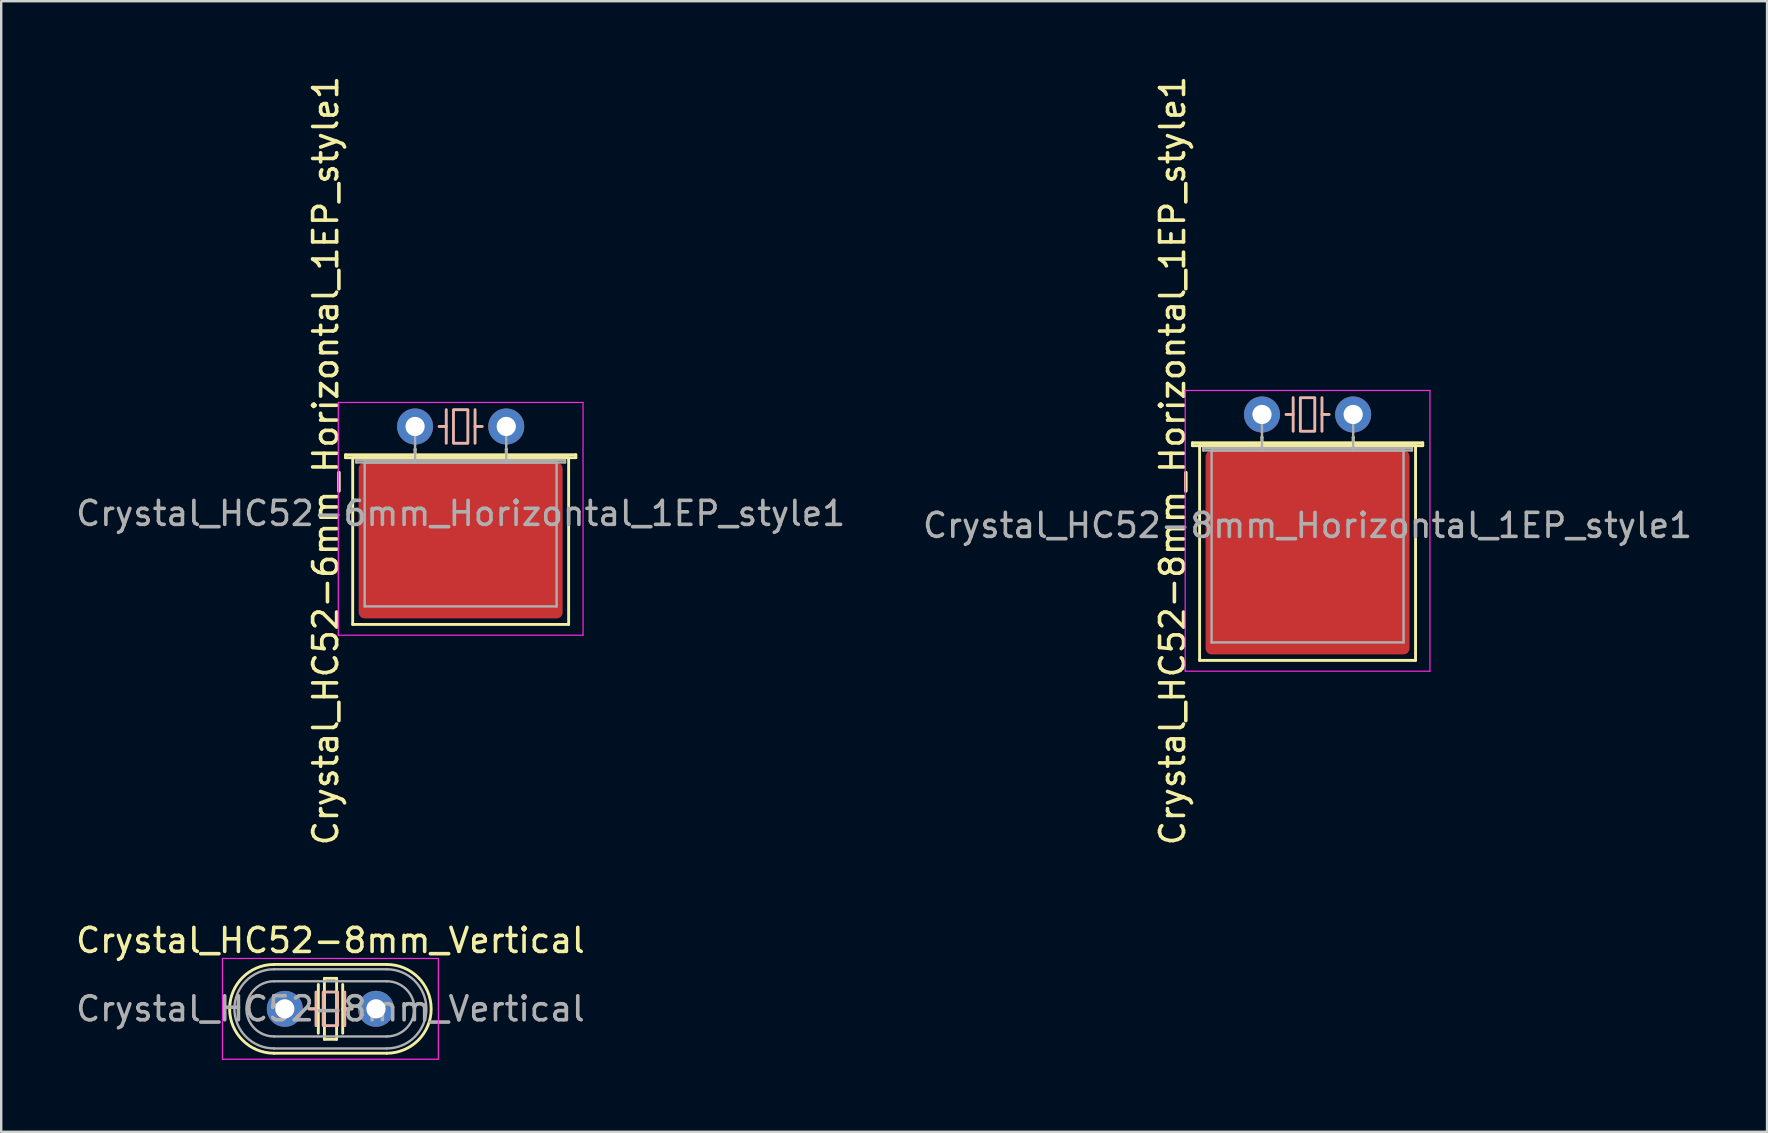
<source format=kicad_pcb>
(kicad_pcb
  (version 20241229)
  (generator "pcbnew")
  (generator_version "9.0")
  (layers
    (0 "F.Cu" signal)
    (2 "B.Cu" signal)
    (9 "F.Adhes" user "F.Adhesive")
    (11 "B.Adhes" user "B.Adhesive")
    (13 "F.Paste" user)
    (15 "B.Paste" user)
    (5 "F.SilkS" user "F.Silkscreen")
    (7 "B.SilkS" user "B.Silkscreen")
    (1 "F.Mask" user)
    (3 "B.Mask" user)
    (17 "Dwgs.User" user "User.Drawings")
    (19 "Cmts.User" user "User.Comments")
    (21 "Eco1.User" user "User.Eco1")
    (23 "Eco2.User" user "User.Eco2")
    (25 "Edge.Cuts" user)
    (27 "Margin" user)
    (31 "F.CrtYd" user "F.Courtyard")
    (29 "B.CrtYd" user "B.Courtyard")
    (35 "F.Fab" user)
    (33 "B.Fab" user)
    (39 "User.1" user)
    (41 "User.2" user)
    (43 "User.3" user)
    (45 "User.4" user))
  (footprint "Crystal_HC52-6mm_Horizontal_1EP_style1"
    (layer "F.Cu")
    (at 14.249 14.724)
    (property "Reference" "Crystal_HC52-6mm_Horizontal_1EP_style1" (at -3.725 1.425 90) (layer "F.SilkS") (effects (font (size 1 1) (thickness 0.15))))
    (attr through_hole)
    (fp_line (start -2.9 1.18) (end 6.7 1.18) (stroke (width 0.12) (type solid)) (layer "F.SilkS"))
    (fp_line (start -2.9 1.3) (end -2.9 1.18) (stroke (width 0.12) (type solid)) (layer "F.SilkS"))
    (fp_line (start -2.6 1.3) (end -2.6 8.25) (stroke (width 0.12) (type solid)) (layer "F.SilkS"))
    (fp_line (start -2.6 8.25) (end 6.4 8.25) (stroke (width 0.12) (type solid)) (layer "F.SilkS"))
    (fp_line (start 0 0.95) (end 0 0.95) (stroke (width 0.12) (type solid)) (layer "F.SilkS"))
    (fp_line (start 0 1.3) (end 0 0.95) (stroke (width 0.12) (type solid)) (layer "F.SilkS"))
    (fp_line (start 3.8 0.95) (end 3.8 0.95) (stroke (width 0.12) (type solid)) (layer "F.SilkS"))
    (fp_line (start 3.8 1.3) (end 3.8 0.95) (stroke (width 0.12) (type solid)) (layer "F.SilkS"))
    (fp_line (start 6.35 1.3) (end -2.55 1.3) (stroke (width 0.12) (type solid)) (layer "F.SilkS"))
    (fp_line (start 6.4 8.25) (end 6.4 1.3) (stroke (width 0.12) (type solid)) (layer "F.SilkS"))
    (fp_line (start 6.7 1.18) (end 6.7 1.3) (stroke (width 0.12) (type solid)) (layer "F.SilkS"))
    (fp_line (start 6.7 1.3) (end -2.9 1.3) (stroke (width 0.12) (type solid)) (layer "F.SilkS"))
    (fp_line (start 1.3 -0.7) (end 1.3 0.7) (stroke (width 0.12) (type solid)) (layer "B.SilkS"))
    (fp_line (start 1.3 0) (end 1 0) (stroke (width 0.12) (type solid)) (layer "B.SilkS"))
    (fp_line (start 2.5 -0.7) (end 2.5 0.7) (stroke (width 0.12) (type solid)) (layer "B.SilkS"))
    (fp_line (start 2.5 0) (end 2.8 0) (stroke (width 0.12) (type solid)) (layer "B.SilkS"))
    (fp_rect (start 1.6 -0.7) (end 2.2 0.7) (stroke (width 0.12) (type solid)) (fill no) (layer "B.SilkS"))
    (fp_line (start -3.2 -1) (end -3.2 8.7) (stroke (width 0.05) (type solid)) (layer "F.CrtYd"))
    (fp_line (start -3.2 8.7) (end 7 8.7) (stroke (width 0.05) (type solid)) (layer "F.CrtYd"))
    (fp_line (start 7 -1) (end -3.2 -1) (stroke (width 0.05) (type solid)) (layer "F.CrtYd"))
    (fp_line (start 7 8.7) (end 7 -1) (stroke (width 0.05) (type solid)) (layer "F.CrtYd"))
    (fp_line (start -2.45 1.4) (end 6.25 1.4) (stroke (width 0.1) (type solid)) (layer "F.Fab"))
    (fp_line (start -2.45 1.5) (end -2.45 1.4) (stroke (width 0.1) (type solid)) (layer "F.Fab"))
    (fp_line (start -2.1 1.5) (end -2.1 7.5) (stroke (width 0.1) (type solid)) (layer "F.Fab"))
    (fp_line (start -2.1 7.5) (end 5.9 7.5) (stroke (width 0.1) (type solid)) (layer "F.Fab"))
    (fp_line (start 0 0.75) (end 0 0) (stroke (width 0.1) (type solid)) (layer "F.Fab"))
    (fp_line (start 0 1.5) (end 0 0.75) (stroke (width 0.1) (type solid)) (layer "F.Fab"))
    (fp_line (start 3.8 0.75) (end 3.8 0) (stroke (width 0.1) (type solid)) (layer "F.Fab"))
    (fp_line (start 3.8 1.5) (end 3.8 0.75) (stroke (width 0.1) (type solid)) (layer "F.Fab"))
    (fp_line (start 5.9 1.5) (end -2.1 1.5) (stroke (width 0.1) (type solid)) (layer "F.Fab"))
    (fp_line (start 5.9 7.5) (end 5.9 1.5) (stroke (width 0.1) (type solid)) (layer "F.Fab"))
    (fp_line (start 6.25 1.4) (end 6.25 1.5) (stroke (width 0.1) (type solid)) (layer "F.Fab"))
    (fp_line (start 6.25 1.5) (end -2.45 1.5) (stroke (width 0.1) (type solid)) (layer "F.Fab"))
    (fp_text user "${REFERENCE}" (at 1.9 3.625 0) (layer "F.Fab") (effects (font (size 1 1) (thickness 0.15))))
    (pad "1" thru_hole circle (at 0 0) (size 1.5 1.5) (drill 0.8) (layers "*.Cu" "*.Mask"))
    (pad "2" thru_hole circle (at 3.8 0) (size 1.5 1.5) (drill 0.8) (layers "*.Cu" "*.Mask"))
    (pad "3" smd roundrect (at 1.9 4.75) (size 8.5 6.5) (layers "F.Cu" "F.Mask" "F.Paste") (roundrect_rratio 0.038)))
  (footprint "Crystal_HC52-8mm_Vertical"
    (layer "F.Cu")
    (at 8.82 38.996)
    (property "Reference" "Crystal_HC52-8mm_Vertical" (at 1.9 -2.85 0) (layer "F.SilkS") (effects (font (size 1 1) (thickness 0.15))))
    (attr through_hole)
    (fp_line (start -0.45 -1.85) (end 4.25 -1.85) (stroke (width 0.12) (type solid)) (layer "F.SilkS"))
    (fp_line (start -0.45 1.85) (end 4.25 1.85) (stroke (width 0.12) (type solid)) (layer "F.SilkS"))
    (fp_line (start 1.016 0) (end 1.397 0) (stroke (width 0.12) (type solid)) (layer "F.SilkS"))
    (fp_line (start 1.397 0) (end 1.397 -1.016) (stroke (width 0.12) (type solid)) (layer "F.SilkS"))
    (fp_line (start 1.397 0) (end 1.397 1.016) (stroke (width 0.12) (type solid)) (layer "F.SilkS"))
    (fp_line (start 1.651 -1.27) (end 1.651 1.27) (stroke (width 0.12) (type solid)) (layer "F.SilkS"))
    (fp_line (start 1.651 1.27) (end 2.159 1.27) (stroke (width 0.12) (type solid)) (layer "F.SilkS"))
    (fp_line (start 2.159 -1.27) (end 1.651 -1.27) (stroke (width 0.12) (type solid)) (layer "F.SilkS"))
    (fp_line (start 2.159 1.27) (end 2.159 -1.27) (stroke (width 0.12) (type solid)) (layer "F.SilkS"))
    (fp_line (start 2.413 -1.016) (end 2.413 1.016) (stroke (width 0.12) (type solid)) (layer "F.SilkS"))
    (fp_line (start 2.413 0) (end 2.794 0) (stroke (width 0.12) (type solid)) (layer "F.SilkS"))
    (fp_arc (start -0.45 1.85) (mid -2.3 0) (end -0.45 -1.85) (stroke (width 0.12) (type solid)) (layer "F.SilkS"))
    (fp_arc (start 4.25 -1.85) (mid 6.1 0) (end 4.25 1.85) (stroke (width 0.12) (type solid)) (layer "F.SilkS"))
    (fp_line (start 1.3 -0.7) (end 1.3 0.7) (stroke (width 0.12) (type solid)) (layer "B.SilkS"))
    (fp_line (start 1.3 0) (end 1 0) (stroke (width 0.12) (type solid)) (layer "B.SilkS"))
    (fp_line (start 2.5 -0.7) (end 2.5 0.7) (stroke (width 0.12) (type solid)) (layer "B.SilkS"))
    (fp_line (start 2.5 0) (end 2.8 0) (stroke (width 0.12) (type solid)) (layer "B.SilkS"))
    (fp_rect (start 1.6 -0.7) (end 2.2 0.7) (stroke (width 0.12) (type solid)) (fill no) (layer "B.SilkS"))
    (fp_line (start -2.6 -2.1) (end -2.6 2.1) (stroke (width 0.05) (type solid)) (layer "F.CrtYd"))
    (fp_line (start -2.6 2.1) (end 6.4 2.1) (stroke (width 0.05) (type solid)) (layer "F.CrtYd"))
    (fp_line (start 6.4 -2.1) (end -2.6 -2.1) (stroke (width 0.05) (type solid)) (layer "F.CrtYd"))
    (fp_line (start 6.4 2.1) (end 6.4 -2.1) (stroke (width 0.05) (type solid)) (layer "F.CrtYd"))
    (fp_line (start -0.45 -1.65) (end 4.25 -1.65) (stroke (width 0.1) (type solid)) (layer "F.Fab"))
    (fp_line (start -0.45 -1.15) (end 4.25 -1.15) (stroke (width 0.1) (type solid)) (layer "F.Fab"))
    (fp_line (start -0.45 1.15) (end 4.25 1.15) (stroke (width 0.1) (type solid)) (layer "F.Fab"))
    (fp_line (start -0.45 1.65) (end 4.25 1.65) (stroke (width 0.1) (type solid)) (layer "F.Fab"))
    (fp_arc (start -0.45 1.15) (mid -1.6 0) (end -0.45 -1.15) (stroke (width 0.1) (type solid)) (layer "F.Fab"))
    (fp_arc (start -0.45 1.65) (mid -2.1 0) (end -0.45 -1.65) (stroke (width 0.1) (type solid)) (layer "F.Fab"))
    (fp_arc (start 4.25 -1.65) (mid 5.9 0) (end 4.25 1.65) (stroke (width 0.1) (type solid)) (layer "F.Fab"))
    (fp_arc (start 4.25 -1.15) (mid 5.4 0) (end 4.25 1.15) (stroke (width 0.1) (type solid)) (layer "F.Fab"))
    (fp_text user "${REFERENCE}" (at 1.9 0 0) (layer "F.Fab") (effects (font (size 1 1) (thickness 0.15))))
    (pad "1" thru_hole circle (at 0 0) (size 1.5 1.5) (drill 0.8) (layers "*.Cu" "*.Mask"))
    (pad "2" thru_hole circle (at 3.8 0) (size 1.5 1.5) (drill 0.8) (layers "*.Cu" "*.Mask")))
  (footprint "Crystal_HC52-8mm_Horizontal_1EP_style1"
    (layer "F.Cu")
    (at 49.546 14.224)
    (property "Reference" "Crystal_HC52-8mm_Horizontal_1EP_style1" (at -3.725 1.925 90) (layer "F.SilkS") (effects (font (size 1 1) (thickness 0.15))))
    (attr through_hole)
    (fp_line (start -2.9 1.18) (end 6.7 1.18) (stroke (width 0.12) (type solid)) (layer "F.SilkS"))
    (fp_line (start -2.9 1.3) (end -2.9 1.18) (stroke (width 0.12) (type solid)) (layer "F.SilkS"))
    (fp_line (start -2.6 1.3) (end -2.6 10.25) (stroke (width 0.12) (type solid)) (layer "F.SilkS"))
    (fp_line (start -2.6 10.25) (end 6.4 10.25) (stroke (width 0.12) (type solid)) (layer "F.SilkS"))
    (fp_line (start 0 0.95) (end 0 0.95) (stroke (width 0.12) (type solid)) (layer "F.SilkS"))
    (fp_line (start 0 1.3) (end 0 0.95) (stroke (width 0.12) (type solid)) (layer "F.SilkS"))
    (fp_line (start 3.8 0.95) (end 3.8 0.95) (stroke (width 0.12) (type solid)) (layer "F.SilkS"))
    (fp_line (start 3.8 1.3) (end 3.8 0.95) (stroke (width 0.12) (type solid)) (layer "F.SilkS"))
    (fp_line (start 6.35 1.3) (end -2.55 1.3) (stroke (width 0.12) (type solid)) (layer "F.SilkS"))
    (fp_line (start 6.4 10.25) (end 6.4 1.3) (stroke (width 0.12) (type solid)) (layer "F.SilkS"))
    (fp_line (start 6.7 1.18) (end 6.7 1.3) (stroke (width 0.12) (type solid)) (layer "F.SilkS"))
    (fp_line (start 6.7 1.3) (end -2.9 1.3) (stroke (width 0.12) (type solid)) (layer "F.SilkS"))
    (fp_line (start 1.3 -0.7) (end 1.3 0.7) (stroke (width 0.12) (type solid)) (layer "B.SilkS"))
    (fp_line (start 1.3 0) (end 1 0) (stroke (width 0.12) (type solid)) (layer "B.SilkS"))
    (fp_line (start 2.5 -0.7) (end 2.5 0.7) (stroke (width 0.12) (type solid)) (layer "B.SilkS"))
    (fp_line (start 2.5 0) (end 2.8 0) (stroke (width 0.12) (type solid)) (layer "B.SilkS"))
    (fp_rect (start 1.6 -0.7) (end 2.2 0.7) (stroke (width 0.12) (type solid)) (fill no) (layer "B.SilkS"))
    (fp_line (start -3.2 -1) (end -3.2 10.7) (stroke (width 0.05) (type solid)) (layer "F.CrtYd"))
    (fp_line (start -3.2 10.7) (end 7 10.7) (stroke (width 0.05) (type solid)) (layer "F.CrtYd"))
    (fp_line (start 7 -1) (end -3.2 -1) (stroke (width 0.05) (type solid)) (layer "F.CrtYd"))
    (fp_line (start 7 10.7) (end 7 -1) (stroke (width 0.05) (type solid)) (layer "F.CrtYd"))
    (fp_line (start -2.45 1.4) (end 6.25 1.4) (stroke (width 0.1) (type solid)) (layer "F.Fab"))
    (fp_line (start -2.45 1.5) (end -2.45 1.4) (stroke (width 0.1) (type solid)) (layer "F.Fab"))
    (fp_line (start -2.1 1.5) (end -2.1 9.5) (stroke (width 0.1) (type solid)) (layer "F.Fab"))
    (fp_line (start -2.1 9.5) (end 5.9 9.5) (stroke (width 0.1) (type solid)) (layer "F.Fab"))
    (fp_line (start 0 0.75) (end 0 0) (stroke (width 0.1) (type solid)) (layer "F.Fab"))
    (fp_line (start 0 1.5) (end 0 0.75) (stroke (width 0.1) (type solid)) (layer "F.Fab"))
    (fp_line (start 3.8 0.75) (end 3.8 0) (stroke (width 0.1) (type solid)) (layer "F.Fab"))
    (fp_line (start 3.8 1.5) (end 3.8 0.75) (stroke (width 0.1) (type solid)) (layer "F.Fab"))
    (fp_line (start 5.9 1.5) (end -2.1 1.5) (stroke (width 0.1) (type solid)) (layer "F.Fab"))
    (fp_line (start 5.9 9.5) (end 5.9 1.5) (stroke (width 0.1) (type solid)) (layer "F.Fab"))
    (fp_line (start 6.25 1.4) (end 6.25 1.5) (stroke (width 0.1) (type solid)) (layer "F.Fab"))
    (fp_line (start 6.25 1.5) (end -2.45 1.5) (stroke (width 0.1) (type solid)) (layer "F.Fab"))
    (fp_text user "${REFERENCE}" (at 1.9 4.625 0) (layer "F.Fab") (effects (font (size 1 1) (thickness 0.15))))
    (pad "1" thru_hole circle (at 0 0) (size 1.5 1.5) (drill 0.8) (layers "*.Cu" "*.Mask"))
    (pad "2" thru_hole circle (at 3.8 0) (size 1.5 1.5) (drill 0.8) (layers "*.Cu" "*.Mask"))
    (pad "3" smd roundrect (at 1.9 5.75) (size 8.5 8.5) (layers "F.Cu" "F.Mask" "F.Paste") (roundrect_rratio 0.029)))
  (gr_rect
    (start -3 -3)
    (end 70.595 44.121)
    (stroke (width 0.1) (type default))
    (fill no)
    (layer "Edge.Cuts")))
</source>
